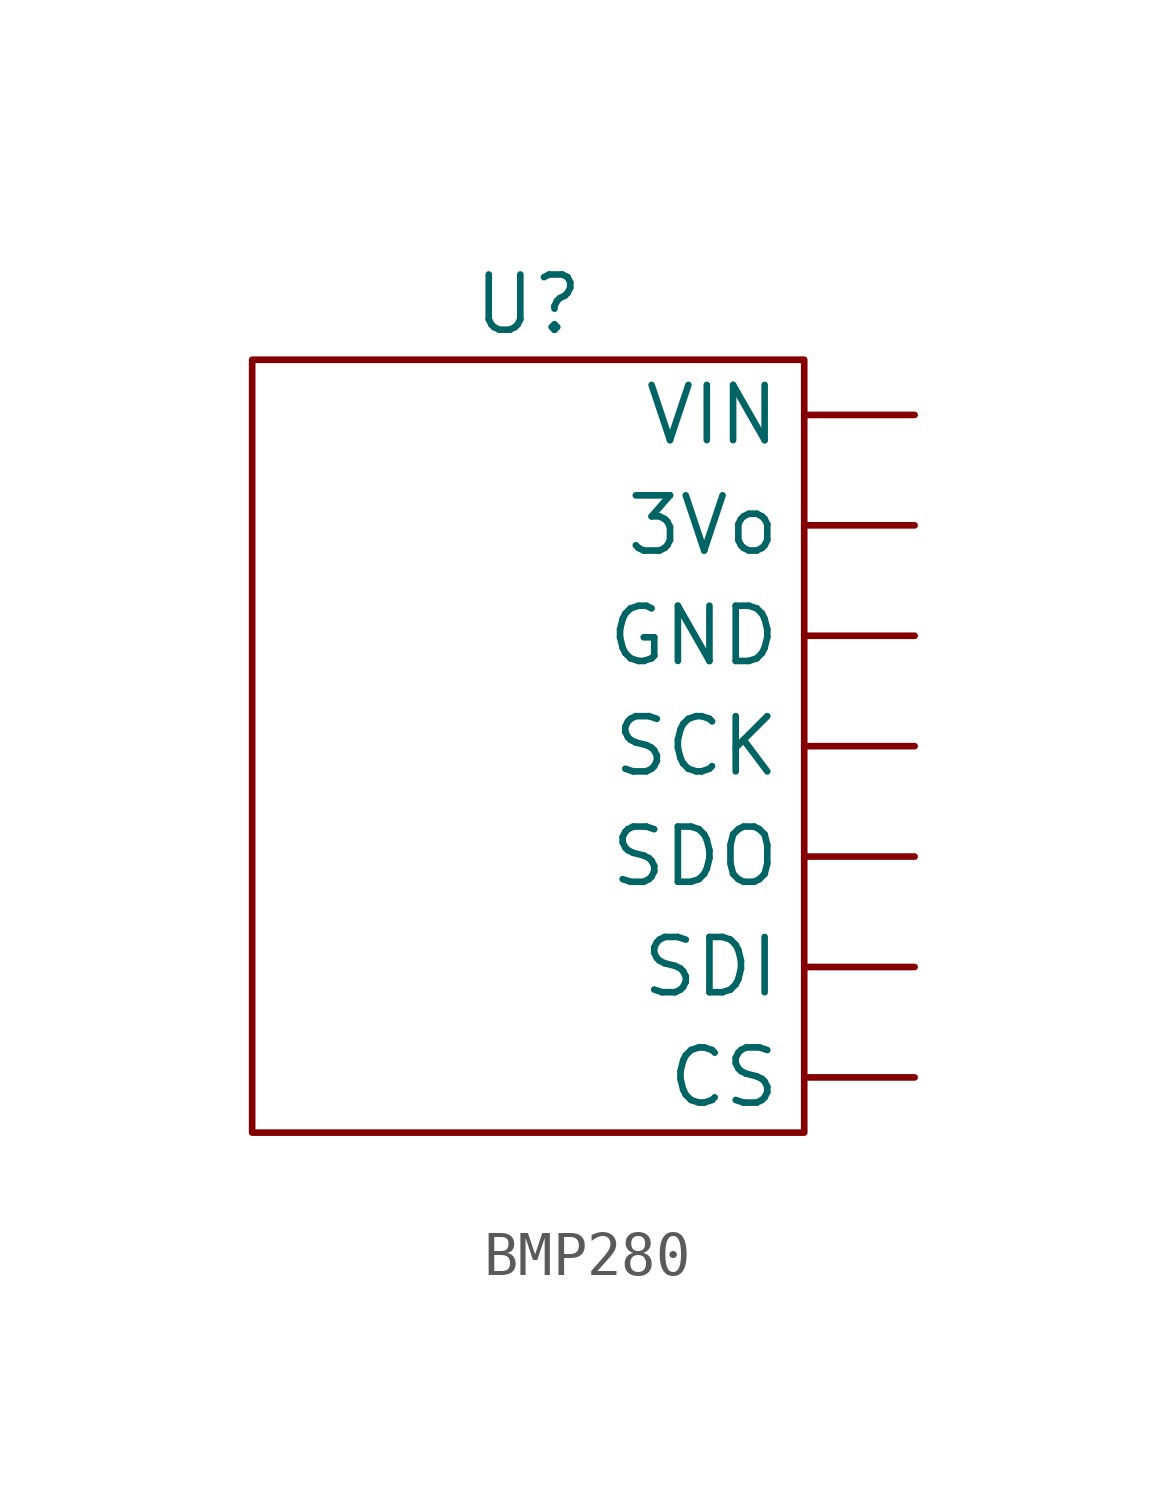
<source format=kicad_sym>
(kicad_symbol_lib
  (version 20220914)
  (generator kicad_symbol_editor)
  (symbol "BMP280"
    (property "Reference" "U"
      (at 6.35 0 0)
      (effects (font (size 1.27 1.27))))
    (property "Value" ""
      (at 0 0 0)
      (effects (font (size 1.27 1.27))))
    (symbol "BMP280_0_1"
      (rectangle (start 0 -1.27) (end 12.7 -19.05) (stroke (width 0) (type default)) (fill (type none))))
    (symbol "BMP280_1_1"
      (pin input line (at 15.24 -5.08 180) (length 2.54) (name "3Vo" (effects (font (size 1.27 1.27)))) (number "" (effects (font (size 1.27 1.27)))))
      (pin input line (at 15.24 -17.78 180) (length 2.54) (name "CS" (effects (font (size 1.27 1.27)))) (number "" (effects (font (size 1.27 1.27)))))
      (pin input line (at 15.24 -7.62 180) (length 2.54) (name "GND" (effects (font (size 1.27 1.27)))) (number "" (effects (font (size 1.27 1.27)))))
      (pin input line (at 15.24 -10.16 180) (length 2.54) (name "SCK" (effects (font (size 1.27 1.27)))) (number "" (effects (font (size 1.27 1.27)))))
      (pin input line (at 15.24 -15.24 180) (length 2.54) (name "SDI" (effects (font (size 1.27 1.27)))) (number "" (effects (font (size 1.27 1.27)))))
      (pin input line (at 15.24 -12.7 180) (length 2.54) (name "SDO" (effects (font (size 1.27 1.27)))) (number "" (effects (font (size 1.27 1.27)))))
      (pin input line (at 15.24 -2.54 180) (length 2.54) (name "VIN" (effects (font (size 1.27 1.27)))) (number "" (effects (font (size 1.27 1.27))))))))
</source>
